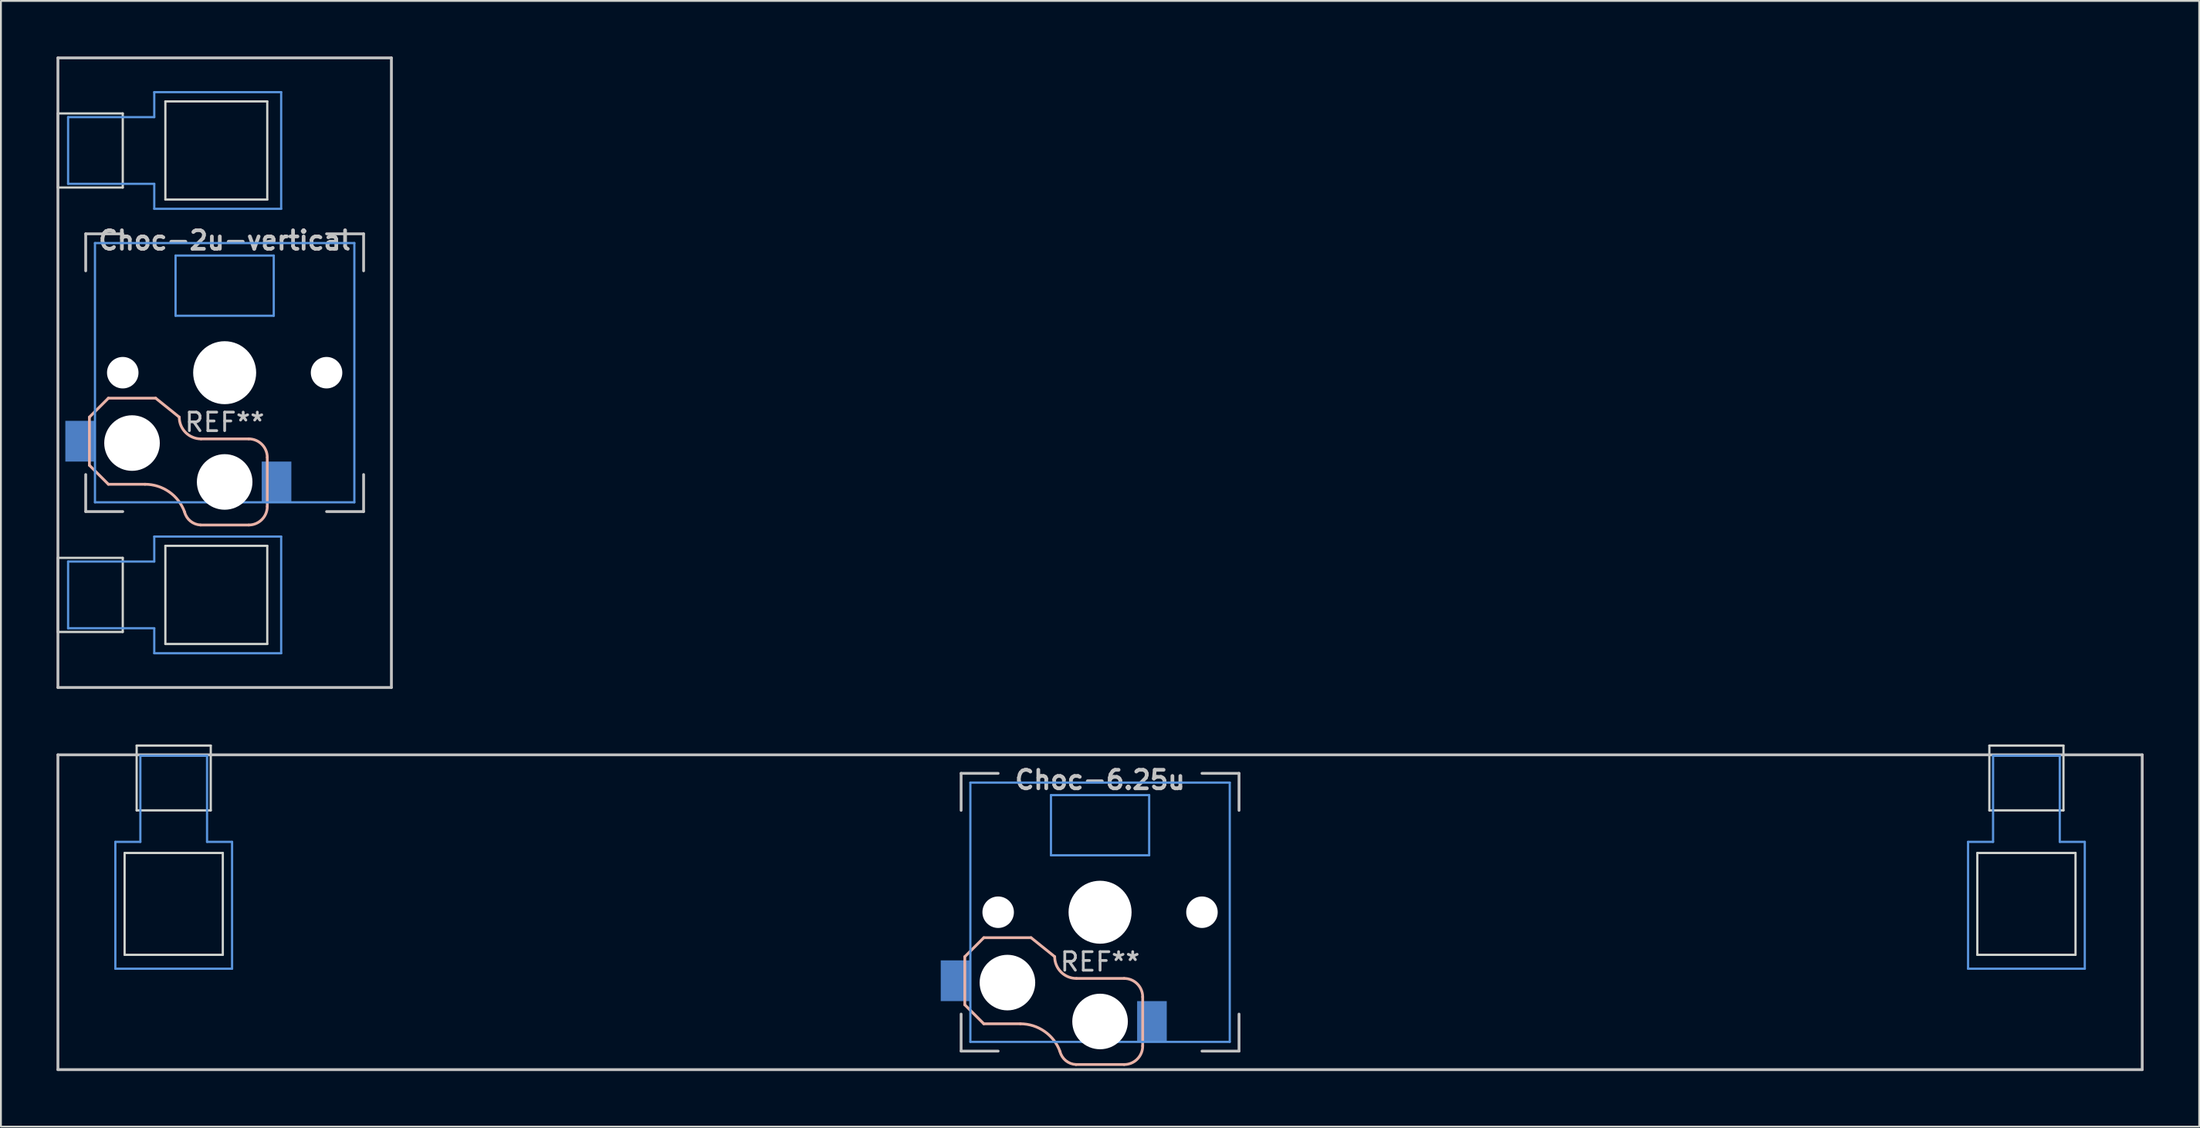
<source format=kicad_pcb>
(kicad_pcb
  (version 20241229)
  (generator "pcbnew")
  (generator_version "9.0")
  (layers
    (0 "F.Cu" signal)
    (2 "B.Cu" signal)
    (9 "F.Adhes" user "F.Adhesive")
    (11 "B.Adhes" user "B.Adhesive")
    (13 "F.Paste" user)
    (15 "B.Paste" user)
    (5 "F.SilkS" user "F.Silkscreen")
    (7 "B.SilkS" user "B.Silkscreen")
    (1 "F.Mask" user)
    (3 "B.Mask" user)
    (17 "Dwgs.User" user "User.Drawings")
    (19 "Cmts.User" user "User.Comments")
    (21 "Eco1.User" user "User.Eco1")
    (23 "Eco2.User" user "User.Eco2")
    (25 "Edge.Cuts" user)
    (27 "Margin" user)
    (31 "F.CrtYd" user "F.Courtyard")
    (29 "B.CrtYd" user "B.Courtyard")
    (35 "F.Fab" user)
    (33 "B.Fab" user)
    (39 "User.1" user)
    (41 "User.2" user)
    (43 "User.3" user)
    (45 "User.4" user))
  (footprint "Choc-2u-vertical"
    (layer "F.Cu")
    (at 9.076 17.076)
    (property "Reference" "Choc-2u-vertical" (at 0 -7.144 180) (layer "Dwgs.User") (effects (font (size 1 1) (thickness 0.2))))
    (attr smd)
    (fp_line (start -7.3 2.4) (end -7.3 5) (stroke (width 0.15) (type solid)) (layer "B.SilkS"))
    (fp_line (start -7.3 2.4) (end -6.275 1.375) (stroke (width 0.15) (type solid)) (layer "B.SilkS"))
    (fp_line (start -7.3 5) (end -6.275 6.025) (stroke (width 0.15) (type solid)) (layer "B.SilkS"))
    (fp_line (start -4.3 6.025) (end -6.275 6.025) (stroke (width 0.15) (type solid)) (layer "B.SilkS"))
    (fp_line (start -3.725 1.375) (end -6.275 1.375) (stroke (width 0.15) (type solid)) (layer "B.SilkS"))
    (fp_line (start -3.725 1.375) (end -2.45 2.4) (stroke (width 0.15) (type solid)) (layer "B.SilkS"))
    (fp_line (start 1.3 3.575) (end -1.275 3.575) (stroke (width 0.15) (type solid)) (layer "B.SilkS"))
    (fp_line (start 1.3 8.225) (end -1.3 8.225) (stroke (width 0.15) (type solid)) (layer "B.SilkS"))
    (fp_line (start 2.3 4.575) (end 2.3 7.225) (stroke (width 0.15) (type solid)) (layer "B.SilkS"))
    (fp_arc (start -4.3 6.025) (mid -2.995114 6.436429) (end -2.162199 7.521904) (stroke (width 0.15) (type solid)) (layer "B.SilkS"))
    (fp_arc (start -1.300995 8.223791) (mid -1.848284 8.016021) (end -2.162199 7.521904) (stroke (width 0.15) (type solid)) (layer "B.SilkS"))
    (fp_arc (start -1.275 3.575) (mid -2.10585 3.23085) (end -2.45 2.4) (stroke (width 0.15) (type solid)) (layer "B.SilkS"))
    (fp_arc (start 1.3 3.575) (mid 2.007107 3.867893) (end 2.3 4.575) (stroke (width 0.15) (type solid)) (layer "B.SilkS"))
    (fp_arc (start 2.3 7.225) (mid 2.007107 7.932107) (end 1.3 8.225) (stroke (width 0.15) (type solid)) (layer "B.SilkS"))
    (fp_line (start -9 -17) (end 9 -17) (stroke (width 0.152) (type solid)) (layer "Dwgs.User"))
    (fp_line (start -9 17) (end -9 -17) (stroke (width 0.152) (type solid)) (layer "Dwgs.User"))
    (fp_line (start -7.5 -7.5) (end -7.5 -5.5) (stroke (width 0.15) (type solid)) (layer "Dwgs.User"))
    (fp_line (start -7.5 7.5) (end -7.5 5.5) (stroke (width 0.15) (type solid)) (layer "Dwgs.User"))
    (fp_line (start -5.5 -7.5) (end -7.5 -7.5) (stroke (width 0.15) (type solid)) (layer "Dwgs.User"))
    (fp_line (start -5.5 7.5) (end -7.5 7.5) (stroke (width 0.15) (type solid)) (layer "Dwgs.User"))
    (fp_line (start 5.5 -7.5) (end 7.5 -7.5) (stroke (width 0.15) (type solid)) (layer "Dwgs.User"))
    (fp_line (start 5.5 7.5) (end 7.5 7.5) (stroke (width 0.15) (type solid)) (layer "Dwgs.User"))
    (fp_line (start 7.5 -7.5) (end 7.5 -5.5) (stroke (width 0.15) (type solid)) (layer "Dwgs.User"))
    (fp_line (start 7.5 7.5) (end 7.5 5.5) (stroke (width 0.15) (type solid)) (layer "Dwgs.User"))
    (fp_line (start 9 -17) (end 9 17) (stroke (width 0.152) (type solid)) (layer "Dwgs.User"))
    (fp_line (start 9 17) (end -9 17) (stroke (width 0.152) (type solid)) (layer "Dwgs.User"))
    (fp_line (start -8.45 -13.8) (end -3.8 -13.8) (stroke (width 0.12) (type solid)) (layer "Cmts.User"))
    (fp_line (start -8.45 -10.2) (end -8.45 -13.8) (stroke (width 0.12) (type solid)) (layer "Cmts.User"))
    (fp_line (start -8.45 -10.2) (end -3.8 -10.2) (stroke (width 0.12) (type solid)) (layer "Cmts.User"))
    (fp_line (start -8.45 10.2) (end -3.8 10.2) (stroke (width 0.12) (type solid)) (layer "Cmts.User"))
    (fp_line (start -8.45 13.8) (end -8.45 10.2) (stroke (width 0.12) (type solid)) (layer "Cmts.User"))
    (fp_line (start -8.45 13.8) (end -3.8 13.8) (stroke (width 0.12) (type solid)) (layer "Cmts.User"))
    (fp_line (start -7 -7) (end -7 7) (stroke (width 0.12) (type solid)) (layer "Cmts.User"))
    (fp_line (start -7 7) (end 7 7) (stroke (width 0.12) (type solid)) (layer "Cmts.User"))
    (fp_line (start -3.8 -13.8) (end -3.8 -15.15) (stroke (width 0.12) (type solid)) (layer "Cmts.User"))
    (fp_line (start -3.8 -8.85) (end -3.8 -10.2) (stroke (width 0.12) (type solid)) (layer "Cmts.User"))
    (fp_line (start -3.8 10.2) (end -3.8 8.85) (stroke (width 0.12) (type solid)) (layer "Cmts.User"))
    (fp_line (start -3.8 15.15) (end -3.8 13.8) (stroke (width 0.12) (type solid)) (layer "Cmts.User"))
    (fp_line (start -2.65 -6.325) (end 2.65 -6.325) (stroke (width 0.12) (type solid)) (layer "Cmts.User"))
    (fp_line (start -2.65 -3.075) (end -2.65 -6.325) (stroke (width 0.12) (type solid)) (layer "Cmts.User"))
    (fp_line (start 2.65 -6.325) (end 2.65 -3.075) (stroke (width 0.12) (type solid)) (layer "Cmts.User"))
    (fp_line (start 2.65 -3.075) (end -2.65 -3.075) (stroke (width 0.12) (type solid)) (layer "Cmts.User"))
    (fp_line (start 3.05 -15.15) (end -3.8 -15.15) (stroke (width 0.12) (type solid)) (layer "Cmts.User"))
    (fp_line (start 3.05 -8.85) (end -3.8 -8.85) (stroke (width 0.12) (type solid)) (layer "Cmts.User"))
    (fp_line (start 3.05 -8.85) (end 3.05 -15.15) (stroke (width 0.12) (type solid)) (layer "Cmts.User"))
    (fp_line (start 3.05 8.85) (end -3.8 8.85) (stroke (width 0.12) (type solid)) (layer "Cmts.User"))
    (fp_line (start 3.05 15.15) (end -3.8 15.15) (stroke (width 0.12) (type solid)) (layer "Cmts.User"))
    (fp_line (start 3.05 15.15) (end 3.05 8.85) (stroke (width 0.12) (type solid)) (layer "Cmts.User"))
    (fp_line (start 7 -7) (end -7 -7) (stroke (width 0.12) (type solid)) (layer "Cmts.User"))
    (fp_line (start 7 7) (end 7 -7) (stroke (width 0.12) (type solid)) (layer "Cmts.User"))
    (fp_line (start -9 -10) (end -9 -14) (stroke (width 0.12) (type solid)) (layer "Edge.Cuts"))
    (fp_line (start -9 -10) (end -5.5 -10) (stroke (width 0.12) (type solid)) (layer "Edge.Cuts"))
    (fp_line (start -9 14) (end -9 10) (stroke (width 0.12) (type solid)) (layer "Edge.Cuts"))
    (fp_line (start -9 14) (end -5.5 14) (stroke (width 0.12) (type solid)) (layer "Edge.Cuts"))
    (fp_line (start -5.5 -14) (end -9 -14) (stroke (width 0.12) (type solid)) (layer "Edge.Cuts"))
    (fp_line (start -5.5 -10) (end -5.5 -14) (stroke (width 0.12) (type solid)) (layer "Edge.Cuts"))
    (fp_line (start -5.5 10) (end -9 10) (stroke (width 0.12) (type solid)) (layer "Edge.Cuts"))
    (fp_line (start -5.5 14) (end -5.5 10) (stroke (width 0.12) (type solid)) (layer "Edge.Cuts"))
    (fp_line (start -3.2 -9.35) (end -3.2 -14.65) (stroke (width 0.12) (type solid)) (layer "Edge.Cuts"))
    (fp_line (start -3.2 -9.35) (end 2.3 -9.35) (stroke (width 0.12) (type solid)) (layer "Edge.Cuts"))
    (fp_line (start -3.2 14.65) (end -3.2 9.35) (stroke (width 0.12) (type solid)) (layer "Edge.Cuts"))
    (fp_line (start -3.2 14.65) (end 2.3 14.65) (stroke (width 0.12) (type solid)) (layer "Edge.Cuts"))
    (fp_line (start 2.3 -14.65) (end -3.2 -14.65) (stroke (width 0.12) (type solid)) (layer "Edge.Cuts"))
    (fp_line (start 2.3 -9.35) (end 2.3 -14.65) (stroke (width 0.12) (type solid)) (layer "Edge.Cuts"))
    (fp_line (start 2.3 9.35) (end -3.2 9.35) (stroke (width 0.12) (type solid)) (layer "Edge.Cuts"))
    (fp_line (start 2.3 14.65) (end 2.3 9.35) (stroke (width 0.12) (type solid)) (layer "Edge.Cuts"))
    (fp_text user "REF**" (at 0 2.675 0) (layer "Dwgs.User") (effects (font (size 1 1) (thickness 0.15))))
    (pad "" np_thru_hole circle (at -5.5 0 180) (size 1.7 1.7) (drill 1.7) (layers "*.Cu" "*.Mask"))
    (pad "" np_thru_hole circle (at -5 3.8 90) (size 3 3) (drill 3) (layers "*.Cu" "*.Mask"))
    (pad "" np_thru_hole circle (at 0 0 90) (size 3.4 3.4) (drill 3.4) (layers "*.Cu" "*.Mask"))
    (pad "" np_thru_hole circle (at 0 5.9 90) (size 3 3) (drill 3) (layers "*.Cu" "*.Mask"))
    (pad "" np_thru_hole circle (at 5.5 0 270) (size 1.7 1.7) (drill 1.7) (layers "*.Cu" "*.Mask"))
    (pad "1" smd rect (at -7.8 3.7 180) (size 1.6 2.2) (layers "B.Cu" "B.Mask" "B.Paste"))
    (pad "2" smd rect (at 2.8 5.9 180) (size 1.6 2.2) (layers "B.Cu" "B.Mask" "B.Paste")))
  (footprint "Choc-6.25u"
    (layer "F.Cu")
    (at 56.326 46.212)
    (property "Reference" "Choc-6.25u" (at 0 -7.144 180) (layer "Dwgs.User") (effects (font (size 1 1) (thickness 0.2))))
    (attr smd)
    (fp_line (start -7.3 2.4) (end -7.3 5) (stroke (width 0.15) (type solid)) (layer "B.SilkS"))
    (fp_line (start -7.3 2.4) (end -6.275 1.375) (stroke (width 0.15) (type solid)) (layer "B.SilkS"))
    (fp_line (start -7.3 5) (end -6.275 6.025) (stroke (width 0.15) (type solid)) (layer "B.SilkS"))
    (fp_line (start -4.3 6.025) (end -6.275 6.025) (stroke (width 0.15) (type solid)) (layer "B.SilkS"))
    (fp_line (start -3.725 1.375) (end -6.275 1.375) (stroke (width 0.15) (type solid)) (layer "B.SilkS"))
    (fp_line (start -3.725 1.375) (end -2.45 2.4) (stroke (width 0.15) (type solid)) (layer "B.SilkS"))
    (fp_line (start 1.3 3.575) (end -1.275 3.575) (stroke (width 0.15) (type solid)) (layer "B.SilkS"))
    (fp_line (start 1.3 8.225) (end -1.3 8.225) (stroke (width 0.15) (type solid)) (layer "B.SilkS"))
    (fp_line (start 2.3 4.575) (end 2.3 7.225) (stroke (width 0.15) (type solid)) (layer "B.SilkS"))
    (fp_arc (start -4.3 6.025) (mid -2.995114 6.436429) (end -2.162199 7.521904) (stroke (width 0.15) (type solid)) (layer "B.SilkS"))
    (fp_arc (start -1.300995 8.223791) (mid -1.848284 8.016021) (end -2.162199 7.521904) (stroke (width 0.15) (type solid)) (layer "B.SilkS"))
    (fp_arc (start -1.275 3.575) (mid -2.10585 3.23085) (end -2.45 2.4) (stroke (width 0.15) (type solid)) (layer "B.SilkS"))
    (fp_arc (start 1.3 3.575) (mid 2.007107 3.867893) (end 2.3 4.575) (stroke (width 0.15) (type solid)) (layer "B.SilkS"))
    (fp_arc (start 2.3 7.225) (mid 2.007107 7.932107) (end 1.3 8.225) (stroke (width 0.15) (type solid)) (layer "B.SilkS"))
    (fp_line (start -56.25 -8.5) (end 56.25 -8.5) (stroke (width 0.152) (type solid)) (layer "Dwgs.User"))
    (fp_line (start -56.25 8.5) (end -56.25 -8.5) (stroke (width 0.152) (type solid)) (layer "Dwgs.User"))
    (fp_line (start -7.5 -7.5) (end -7.5 -5.5) (stroke (width 0.15) (type solid)) (layer "Dwgs.User"))
    (fp_line (start -7.5 7.5) (end -7.5 5.5) (stroke (width 0.15) (type solid)) (layer "Dwgs.User"))
    (fp_line (start -5.5 -7.5) (end -7.5 -7.5) (stroke (width 0.15) (type solid)) (layer "Dwgs.User"))
    (fp_line (start -5.5 7.5) (end -7.5 7.5) (stroke (width 0.15) (type solid)) (layer "Dwgs.User"))
    (fp_line (start 5.5 -7.5) (end 7.5 -7.5) (stroke (width 0.15) (type solid)) (layer "Dwgs.User"))
    (fp_line (start 5.5 7.5) (end 7.5 7.5) (stroke (width 0.15) (type solid)) (layer "Dwgs.User"))
    (fp_line (start 7.5 -7.5) (end 7.5 -5.5) (stroke (width 0.15) (type solid)) (layer "Dwgs.User"))
    (fp_line (start 7.5 7.5) (end 7.5 5.5) (stroke (width 0.15) (type solid)) (layer "Dwgs.User"))
    (fp_line (start 56.25 -8.5) (end 56.25 8.5) (stroke (width 0.152) (type solid)) (layer "Dwgs.User"))
    (fp_line (start 56.25 8.5) (end -56.25 8.5) (stroke (width 0.152) (type solid)) (layer "Dwgs.User"))
    (fp_line (start -53.15 -3.8) (end -51.8 -3.8) (stroke (width 0.12) (type solid)) (layer "Cmts.User"))
    (fp_line (start -53.15 3.05) (end -53.15 -3.8) (stroke (width 0.12) (type solid)) (layer "Cmts.User"))
    (fp_line (start -53.15 3.05) (end -46.85 3.05) (stroke (width 0.12) (type solid)) (layer "Cmts.User"))
    (fp_line (start -51.8 -8.45) (end -51.8 -3.8) (stroke (width 0.12) (type solid)) (layer "Cmts.User"))
    (fp_line (start -51.8 -8.45) (end -48.2 -8.45) (stroke (width 0.12) (type solid)) (layer "Cmts.User"))
    (fp_line (start -48.2 -8.45) (end -48.2 -3.8) (stroke (width 0.12) (type solid)) (layer "Cmts.User"))
    (fp_line (start -48.2 -3.8) (end -46.85 -3.8) (stroke (width 0.12) (type solid)) (layer "Cmts.User"))
    (fp_line (start -46.85 3.05) (end -46.85 -3.8) (stroke (width 0.12) (type solid)) (layer "Cmts.User"))
    (fp_line (start -7 -7) (end -7 7) (stroke (width 0.12) (type solid)) (layer "Cmts.User"))
    (fp_line (start -7 7) (end 7 7) (stroke (width 0.12) (type solid)) (layer "Cmts.User"))
    (fp_line (start -2.65 -6.325) (end 2.65 -6.325) (stroke (width 0.12) (type solid)) (layer "Cmts.User"))
    (fp_line (start -2.65 -3.075) (end -2.65 -6.325) (stroke (width 0.12) (type solid)) (layer "Cmts.User"))
    (fp_line (start 2.65 -6.325) (end 2.65 -3.075) (stroke (width 0.12) (type solid)) (layer "Cmts.User"))
    (fp_line (start 2.65 -3.075) (end -2.65 -3.075) (stroke (width 0.12) (type solid)) (layer "Cmts.User"))
    (fp_line (start 7 -7) (end -7 -7) (stroke (width 0.12) (type solid)) (layer "Cmts.User"))
    (fp_line (start 7 7) (end 7 -7) (stroke (width 0.12) (type solid)) (layer "Cmts.User"))
    (fp_line (start 46.85 -3.8) (end 48.2 -3.8) (stroke (width 0.12) (type solid)) (layer "Cmts.User"))
    (fp_line (start 46.85 3.05) (end 46.85 -3.8) (stroke (width 0.12) (type solid)) (layer "Cmts.User"))
    (fp_line (start 46.85 3.05) (end 53.15 3.05) (stroke (width 0.12) (type solid)) (layer "Cmts.User"))
    (fp_line (start 48.2 -8.45) (end 48.2 -3.8) (stroke (width 0.12) (type solid)) (layer "Cmts.User"))
    (fp_line (start 48.2 -8.45) (end 51.8 -8.45) (stroke (width 0.12) (type solid)) (layer "Cmts.User"))
    (fp_line (start 51.8 -8.45) (end 51.8 -3.8) (stroke (width 0.12) (type solid)) (layer "Cmts.User"))
    (fp_line (start 51.8 -3.8) (end 53.15 -3.8) (stroke (width 0.12) (type solid)) (layer "Cmts.User"))
    (fp_line (start 53.15 3.05) (end 53.15 -3.8) (stroke (width 0.12) (type solid)) (layer "Cmts.User"))
    (fp_line (start -52.65 -3.2) (end -52.65 2.3) (stroke (width 0.12) (type solid)) (layer "Edge.Cuts"))
    (fp_line (start -52.65 -3.2) (end -47.35 -3.2) (stroke (width 0.12) (type solid)) (layer "Edge.Cuts"))
    (fp_line (start -52.65 2.3) (end -47.35 2.3) (stroke (width 0.12) (type solid)) (layer "Edge.Cuts"))
    (fp_line (start -52 -9) (end -52 -5.5) (stroke (width 0.12) (type solid)) (layer "Edge.Cuts"))
    (fp_line (start -52 -9) (end -48 -9) (stroke (width 0.12) (type solid)) (layer "Edge.Cuts"))
    (fp_line (start -52 -5.5) (end -48 -5.5) (stroke (width 0.12) (type solid)) (layer "Edge.Cuts"))
    (fp_line (start -48 -5.5) (end -48 -9) (stroke (width 0.12) (type solid)) (layer "Edge.Cuts"))
    (fp_line (start -47.35 2.3) (end -47.35 -3.2) (stroke (width 0.12) (type solid)) (layer "Edge.Cuts"))
    (fp_line (start 47.35 -3.2) (end 47.35 2.3) (stroke (width 0.12) (type solid)) (layer "Edge.Cuts"))
    (fp_line (start 47.35 -3.2) (end 52.65 -3.2) (stroke (width 0.12) (type solid)) (layer "Edge.Cuts"))
    (fp_line (start 47.35 2.3) (end 52.65 2.3) (stroke (width 0.12) (type solid)) (layer "Edge.Cuts"))
    (fp_line (start 48 -9) (end 48 -5.5) (stroke (width 0.12) (type solid)) (layer "Edge.Cuts"))
    (fp_line (start 48 -9) (end 52 -9) (stroke (width 0.12) (type solid)) (layer "Edge.Cuts"))
    (fp_line (start 48 -5.5) (end 52 -5.5) (stroke (width 0.12) (type solid)) (layer "Edge.Cuts"))
    (fp_line (start 52 -5.5) (end 52 -9) (stroke (width 0.12) (type solid)) (layer "Edge.Cuts"))
    (fp_line (start 52.65 2.3) (end 52.65 -3.2) (stroke (width 0.12) (type solid)) (layer "Edge.Cuts"))
    (fp_text user "REF**" (at 0 2.675 0) (layer "Dwgs.User") (effects (font (size 1 1) (thickness 0.15))))
    (pad "" np_thru_hole circle (at -5.5 0 180) (size 1.7 1.7) (drill 1.7) (layers "*.Cu" "*.Mask"))
    (pad "" np_thru_hole circle (at -5 3.8 90) (size 3 3) (drill 3) (layers "*.Cu" "*.Mask"))
    (pad "" np_thru_hole circle (at 0 0 90) (size 3.4 3.4) (drill 3.4) (layers "*.Cu" "*.Mask"))
    (pad "" np_thru_hole circle (at 0 5.9 90) (size 3 3) (drill 3) (layers "*.Cu" "*.Mask"))
    (pad "" np_thru_hole circle (at 5.5 0 180) (size 1.7 1.7) (drill 1.7) (layers "*.Cu" "*.Mask"))
    (pad "1" smd rect (at -7.8 3.7 180) (size 1.6 2.2) (layers "B.Cu" "B.Mask" "B.Paste"))
    (pad "2" smd rect (at 2.8 5.9 180) (size 1.6 2.2) (layers "B.Cu" "B.Mask" "B.Paste")))
  (gr_rect
    (start -3 -3)
    (end 115.652 57.789)
    (stroke (width 0.1) (type default))
    (fill no)
    (layer "Edge.Cuts")))
</source>
